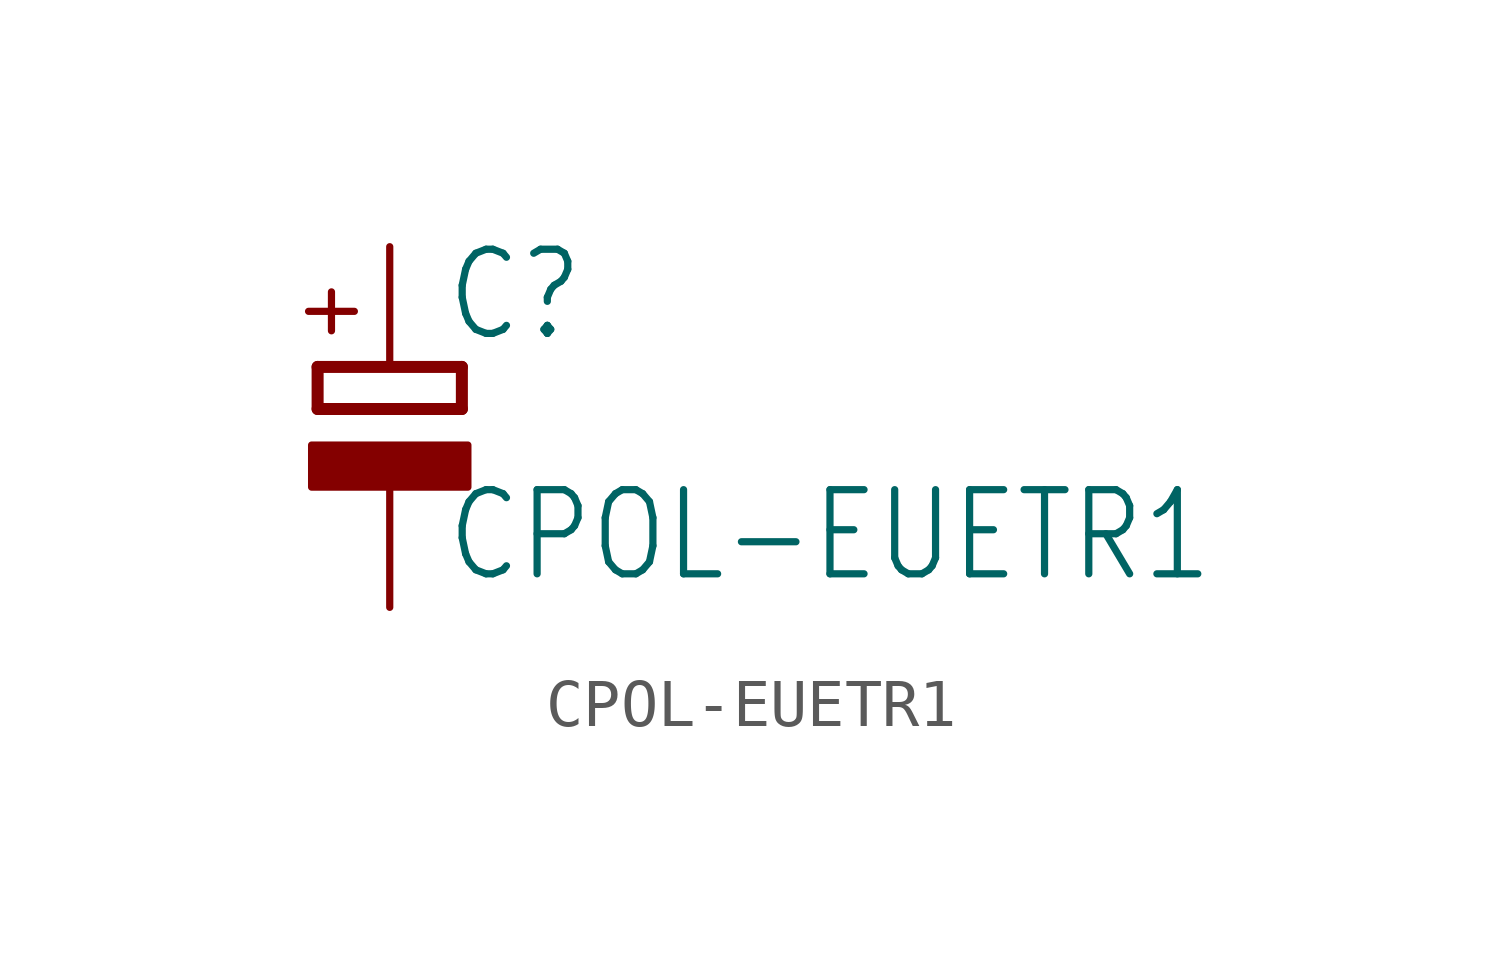
<source format=kicad_sym>
(kicad_symbol_lib
  (version 20220331)
  (generator kicad_symbol_editor)
  (symbol "CPOL-EUETR1"
    (property "Reference" "C"
      (at 1.143 0.483 0)
      (effects (font (size 1.778 1.511)) (justify left bottom)))
    (property "Value" "CPOL-EUETR1"
      (at 1.143 -4.597 0)
      (effects (font (size 1.778 1.511)) (justify left bottom)))
    (property "ki_locked" ""
      (at 0 0 0)
      (effects (font (size 1.27 1.27))))
    (symbol "CPOL-EUETR1_1_0"
      (rectangle (start -1.651 -2.54) (end 1.651 -1.651) (stroke (width 0) (type default)) (fill (type outline)))
      (polyline (pts (xy -1.524 -0.889) (xy 1.524 -0.889)) (stroke (width 0.254) (type solid)) (fill (type none)))
      (polyline (pts (xy -1.524 0) (xy -1.524 -0.889)) (stroke (width 0.254) (type solid)) (fill (type none)))
      (polyline (pts (xy -1.524 0) (xy 1.524 0)) (stroke (width 0.254) (type solid)) (fill (type none)))
      (polyline (pts (xy 1.524 -0.889) (xy 1.524 0)) (stroke (width 0.254) (type solid)) (fill (type none)))
      (text "+" (at -0.584 0.406 900) (effects (font (size 1.27 1.079)) (justify left bottom)))
      (pin passive line (at 0 2.54 270) (length 2.54) (name "+" (effects (font (size 0 0)))) (number "+" (effects (font (size 0 0)))))
      (pin passive line (at 0 -5.08 90) (length 2.54) (name "-" (effects (font (size 0 0)))) (number "-" (effects (font (size 0 0))))))))
</source>
